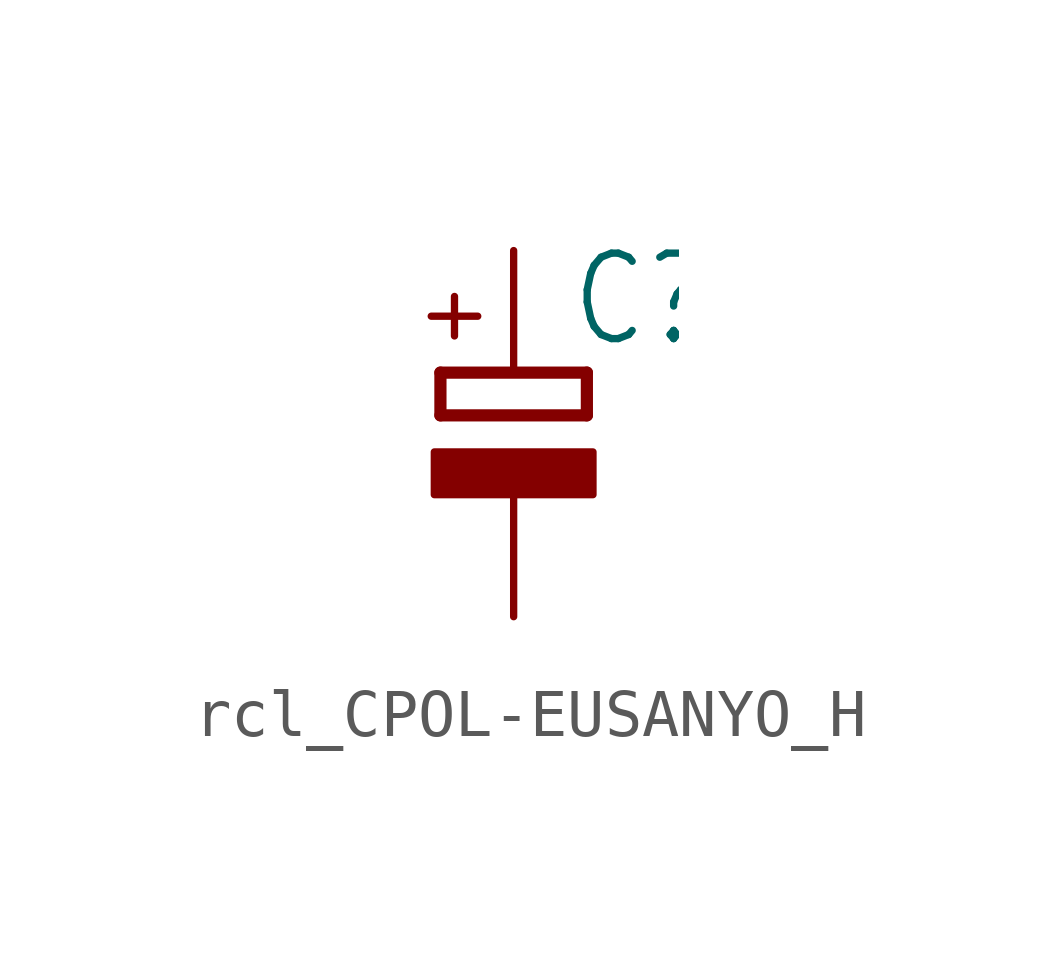
<source format=kicad_sym>
(kicad_symbol_lib
  (version 20241209)
  (generator "kicad_symbol_editor")
  (generator_version "9.0")
  (symbol "rcl_CPOL-EUSANYO_H"
    (property "Reference" "C"
      (at 1.143 0.483 0)
      (effects (font (size 1.778 1.511)) (justify left bottom)))
    (property "Value" ""
      (at 1.143 -4.597 0)
      (effects (font (size 1.778 1.511)) (justify left bottom)))
    (property "ki_locked" ""
      (at 0 0 0)
      (effects (font (size 1.27 1.27))))
    (symbol "rcl_CPOL-EUSANYO_H_1_0"
      (rectangle (start -1.651 -2.54) (end 1.651 -1.651) (stroke (width 0) (type default)) (fill (type outline)))
      (polyline (pts (xy -1.524 0) (xy -1.524 -0.889)) (stroke (width 0.254) (type solid)) (fill (type none)))
      (polyline (pts (xy -1.524 0) (xy 1.524 0)) (stroke (width 0.254) (type solid)) (fill (type none)))
      (polyline (pts (xy -1.524 -0.889) (xy 1.524 -0.889)) (stroke (width 0.254) (type solid)) (fill (type none)))
      (polyline (pts (xy 1.524 -0.889) (xy 1.524 0)) (stroke (width 0.254) (type solid)) (fill (type none)))
      (text "+" (at -0.584 0.406 900) (effects (font (size 1.27 1.079)) (justify left bottom)))
      (pin passive line (at 0 2.54 270) (length 2.54) (name "+" (effects (font (size 0 0)))) (number "+" (effects (font (size 0 0)))))
      (pin passive line (at 0 -5.08 90) (length 2.54) (name "-" (effects (font (size 0 0)))) (number "-" (effects (font (size 0 0))))))))
</source>
